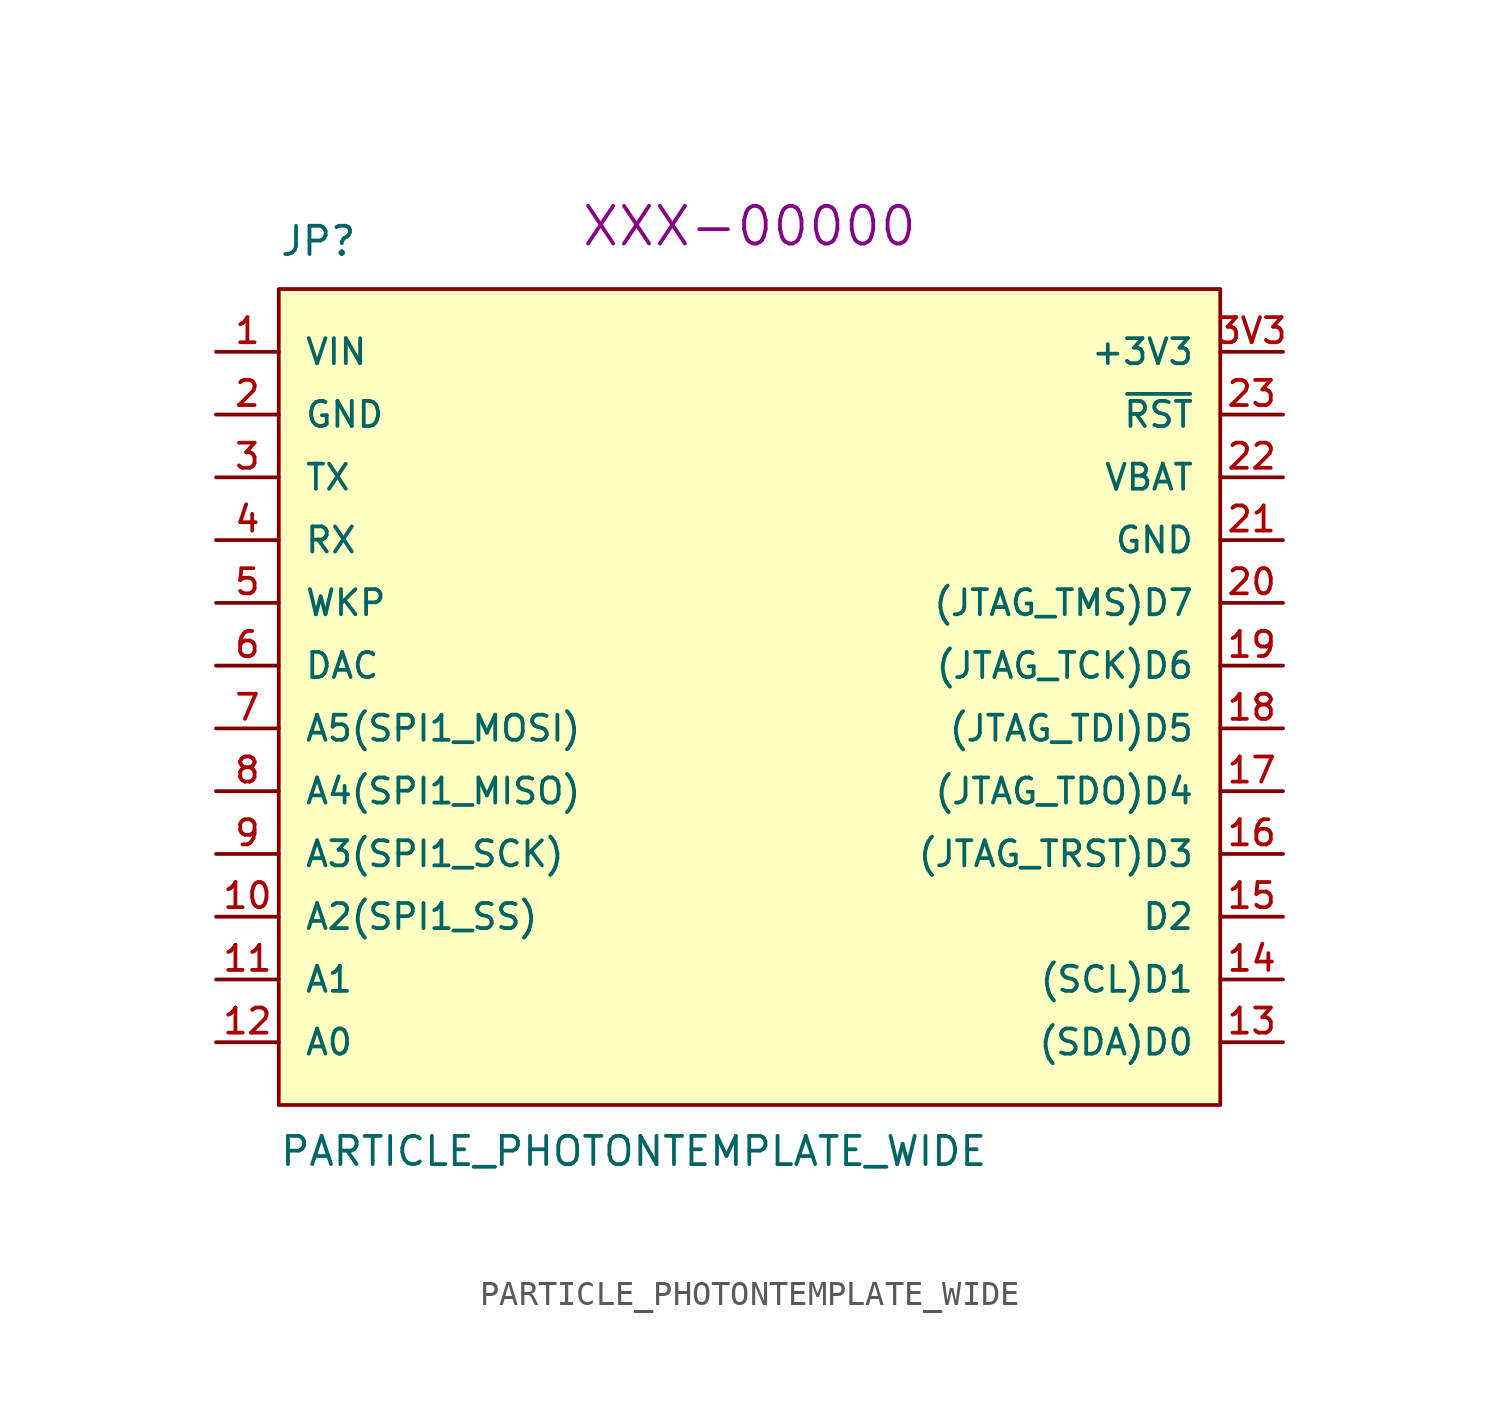
<source format=kicad_sym>
(kicad_symbol_lib
  (version 20201005)
  (generator kicad_symbol_editor)
  (symbol "PARTICLE_PHOTONTEMPLATE_WIDE"
    (pin_names
      (offset 1.016))
    (property "Reference" "JP"
      (at -19.05 17.78 0)
      (effects (font (size 1.143 1.143)) (justify left bottom)))
    (property "Value" "PARTICLE_PHOTONTEMPLATE_WIDE"
      (at -19.05 -19.05 0)
      (effects (font (size 1.143 1.143)) (justify left bottom)))
    (property "Field4" "XXX-00000"
      (at 0 19.05 0)
      (effects (font (size 1.524 1.524))))
    (property "ki_locked" ""
      (at 0 0 0)
      (effects (font (size 1.27 1.27))))
    (symbol "PARTICLE_PHOTONTEMPLATE_WIDE_1_1"
      (polyline (pts (xy -19.05 16.51) (xy -19.05 -16.51) (xy 19.05 -16.51) (xy 19.05 16.51) (xy -19.05 16.51)) (stroke (width 0)) (fill (type background)))
      (pin power_in line (at -21.59 13.97 0) (length 2.54) (name "VIN" (effects (font (size 1.016 1.016)))) (number "1" (effects (font (size 1.016 1.016)))))
      (pin power_in line (at -21.59 11.43 0) (length 2.54) (name "GND" (effects (font (size 1.016 1.016)))) (number "2" (effects (font (size 1.016 1.016)))))
      (pin bidirectional line (at -21.59 8.89 0) (length 2.54) (name "TX" (effects (font (size 1.016 1.016)))) (number "3" (effects (font (size 1.016 1.016)))))
      (pin bidirectional line (at -21.59 6.35 0) (length 2.54) (name "RX" (effects (font (size 1.016 1.016)))) (number "4" (effects (font (size 1.016 1.016)))))
      (pin bidirectional line (at -21.59 3.81 0) (length 2.54) (name "WKP" (effects (font (size 1.016 1.016)))) (number "5" (effects (font (size 1.016 1.016)))))
      (pin bidirectional line (at -21.59 1.27 0) (length 2.54) (name "DAC" (effects (font (size 1.016 1.016)))) (number "6" (effects (font (size 1.016 1.016)))))
      (pin bidirectional line (at -21.59 -1.27 0) (length 2.54) (name "A5(SPI1_MOSI)" (effects (font (size 1.016 1.016)))) (number "7" (effects (font (size 1.016 1.016)))))
      (pin bidirectional line (at -21.59 -3.81 0) (length 2.54) (name "A4(SPI1_MISO)" (effects (font (size 1.016 1.016)))) (number "8" (effects (font (size 1.016 1.016)))))
      (pin bidirectional line (at -21.59 -6.35 0) (length 2.54) (name "A3(SPI1_SCK)" (effects (font (size 1.016 1.016)))) (number "9" (effects (font (size 1.016 1.016)))))
      (pin bidirectional line (at -21.59 -8.89 0) (length 2.54) (name "A2(SPI1_SS)" (effects (font (size 1.016 1.016)))) (number "10" (effects (font (size 1.016 1.016)))))
      (pin bidirectional line (at 21.59 3.81 180) (length 2.54) (name "(JTAG_TMS)D7" (effects (font (size 1.016 1.016)))) (number "20" (effects (font (size 1.016 1.016)))))
      (pin bidirectional line (at -21.59 -13.97 0) (length 2.54) hide (name "A0" (effects (font (size 1.016 1.016)))) (number "A0" (effects (font (size 1.016 1.016)))))
      (pin bidirectional line (at 21.59 -13.97 180) (length 2.54) hide (name "(SDA)D0" (effects (font (size 1.016 1.016)))) (number "D0" (effects (font (size 1.016 1.016)))))
      (pin bidirectional line (at -21.59 -11.43 0) (length 2.54) (name "A1" (effects (font (size 1.016 1.016)))) (number "11" (effects (font (size 1.016 1.016)))))
      (pin power_in line (at 21.59 6.35 180) (length 2.54) (name "GND" (effects (font (size 1.016 1.016)))) (number "21" (effects (font (size 1.016 1.016)))))
      (pin bidirectional line (at -21.59 -11.43 0) (length 2.54) hide (name "A1" (effects (font (size 1.016 1.016)))) (number "A1" (effects (font (size 1.016 1.016)))))
      (pin bidirectional line (at 21.59 -11.43 180) (length 2.54) hide (name "(SCL)D1" (effects (font (size 1.016 1.016)))) (number "D1" (effects (font (size 1.016 1.016)))))
      (pin bidirectional line (at -21.59 -13.97 0) (length 2.54) (name "A0" (effects (font (size 1.016 1.016)))) (number "12" (effects (font (size 1.016 1.016)))))
      (pin power_in line (at 21.59 8.89 180) (length 2.54) (name "VBAT" (effects (font (size 1.016 1.016)))) (number "22" (effects (font (size 1.016 1.016)))))
      (pin bidirectional line (at -21.59 -8.89 0) (length 2.54) hide (name "A2(SPI1_SS)" (effects (font (size 1.016 1.016)))) (number "A2" (effects (font (size 1.016 1.016)))))
      (pin bidirectional line (at 21.59 -8.89 180) (length 2.54) hide (name "D2" (effects (font (size 1.016 1.016)))) (number "D2" (effects (font (size 1.016 1.016)))))
      (pin bidirectional line (at 21.59 -13.97 180) (length 2.54) (name "(SDA)D0" (effects (font (size 1.016 1.016)))) (number "13" (effects (font (size 1.016 1.016)))))
      (pin bidirectional line (at 21.59 11.43 180) (length 2.54) (name "~RST~" (effects (font (size 1.016 1.016)))) (number "23" (effects (font (size 1.016 1.016)))))
      (pin bidirectional line (at -21.59 -6.35 0) (length 2.54) hide (name "A3(SPI1_SCK)" (effects (font (size 1.016 1.016)))) (number "A3" (effects (font (size 1.016 1.016)))))
      (pin bidirectional line (at 21.59 -6.35 180) (length 2.54) hide (name "(JTAG_TRST)D3" (effects (font (size 1.016 1.016)))) (number "D3" (effects (font (size 1.016 1.016)))))
      (pin bidirectional line (at 21.59 -11.43 180) (length 2.54) (name "(SCL)D1" (effects (font (size 1.016 1.016)))) (number "14" (effects (font (size 1.016 1.016)))))
      (pin power_in line (at 21.59 13.97 180) (length 2.54) hide (name "+3V3" (effects (font (size 1.016 1.016)))) (number "24" (effects (font (size 1.016 1.016)))))
      (pin bidirectional line (at -21.59 -3.81 0) (length 2.54) hide (name "A4(SPI1_MISO)" (effects (font (size 1.016 1.016)))) (number "A4" (effects (font (size 1.016 1.016)))))
      (pin bidirectional line (at 21.59 -3.81 180) (length 2.54) hide (name "(JTAG_TDO)D4" (effects (font (size 1.016 1.016)))) (number "D4" (effects (font (size 1.016 1.016)))))
      (pin bidirectional line (at 21.59 -8.89 180) (length 2.54) (name "D2" (effects (font (size 1.016 1.016)))) (number "15" (effects (font (size 1.016 1.016)))))
      (pin bidirectional line (at -21.59 -1.27 0) (length 2.54) hide (name "A5(SPI1_MOSI)" (effects (font (size 1.016 1.016)))) (number "A5" (effects (font (size 1.016 1.016)))))
      (pin bidirectional line (at 21.59 -1.27 180) (length 2.54) hide (name "(JTAG_TDI)D5" (effects (font (size 1.016 1.016)))) (number "D5" (effects (font (size 1.016 1.016)))))
      (pin bidirectional line (at 21.59 -6.35 180) (length 2.54) (name "(JTAG_TRST)D3" (effects (font (size 1.016 1.016)))) (number "16" (effects (font (size 1.016 1.016)))))
      (pin bidirectional line (at 21.59 1.27 180) (length 2.54) hide (name "(JTAG_TCK)D6" (effects (font (size 1.016 1.016)))) (number "D6" (effects (font (size 1.016 1.016)))))
      (pin bidirectional line (at 21.59 -3.81 180) (length 2.54) (name "(JTAG_TDO)D4" (effects (font (size 1.016 1.016)))) (number "17" (effects (font (size 1.016 1.016)))))
      (pin bidirectional line (at 21.59 3.81 180) (length 2.54) hide (name "(JTAG_TMS)D7" (effects (font (size 1.016 1.016)))) (number "D7" (effects (font (size 1.016 1.016)))))
      (pin bidirectional line (at 21.59 -1.27 180) (length 2.54) (name "(JTAG_TDI)D5" (effects (font (size 1.016 1.016)))) (number "18" (effects (font (size 1.016 1.016)))))
      (pin bidirectional line (at 21.59 1.27 180) (length 2.54) (name "(JTAG_TCK)D6" (effects (font (size 1.016 1.016)))) (number "19" (effects (font (size 1.016 1.016)))))
      (pin bidirectional line (at -21.59 6.35 0) (length 2.54) hide (name "RX" (effects (font (size 1.016 1.016)))) (number "RX" (effects (font (size 1.016 1.016)))))
      (pin bidirectional line (at -21.59 8.89 0) (length 2.54) hide (name "TX" (effects (font (size 1.016 1.016)))) (number "TX" (effects (font (size 1.016 1.016)))))
      (pin power_in line (at 21.59 13.97 180) (length 2.54) (name "+3V3" (effects (font (size 1.016 1.016)))) (number "3V3" (effects (font (size 1.016 1.016)))))
      (pin bidirectional line (at -21.59 1.27 0) (length 2.54) hide (name "DAC" (effects (font (size 1.016 1.016)))) (number "DAC" (effects (font (size 1.016 1.016)))))
      (pin power_in line (at -21.59 13.97 0) (length 2.54) hide (name "VIN" (effects (font (size 1.016 1.016)))) (number "VIN" (effects (font (size 1.016 1.016)))))
      (pin bidirectional line (at -21.59 3.81 0) (length 2.54) hide (name "WKP" (effects (font (size 1.016 1.016)))) (number "WKP" (effects (font (size 1.016 1.016)))))
      (pin bidirectional line (at 21.59 11.43 180) (length 2.54) hide (name "~RST~" (effects (font (size 1.016 1.016)))) (number "RST" (effects (font (size 1.016 1.016)))))
      (pin power_in line (at -21.59 11.43 0) (length 2.54) hide (name "GND" (effects (font (size 1.016 1.016)))) (number "GND@" (effects (font (size 1.016 1.016)))))
      (pin power_in line (at 21.59 6.35 180) (length 2.54) hide (name "GND" (effects (font (size 1.016 1.016)))) (number "GND@" (effects (font (size 1.016 1.016)))))
      (pin power_in line (at 21.59 8.89 180) (length 2.54) hide (name "VBAT" (effects (font (size 1.016 1.016)))) (number "VBAT" (effects (font (size 1.016 1.016))))))))
</source>
